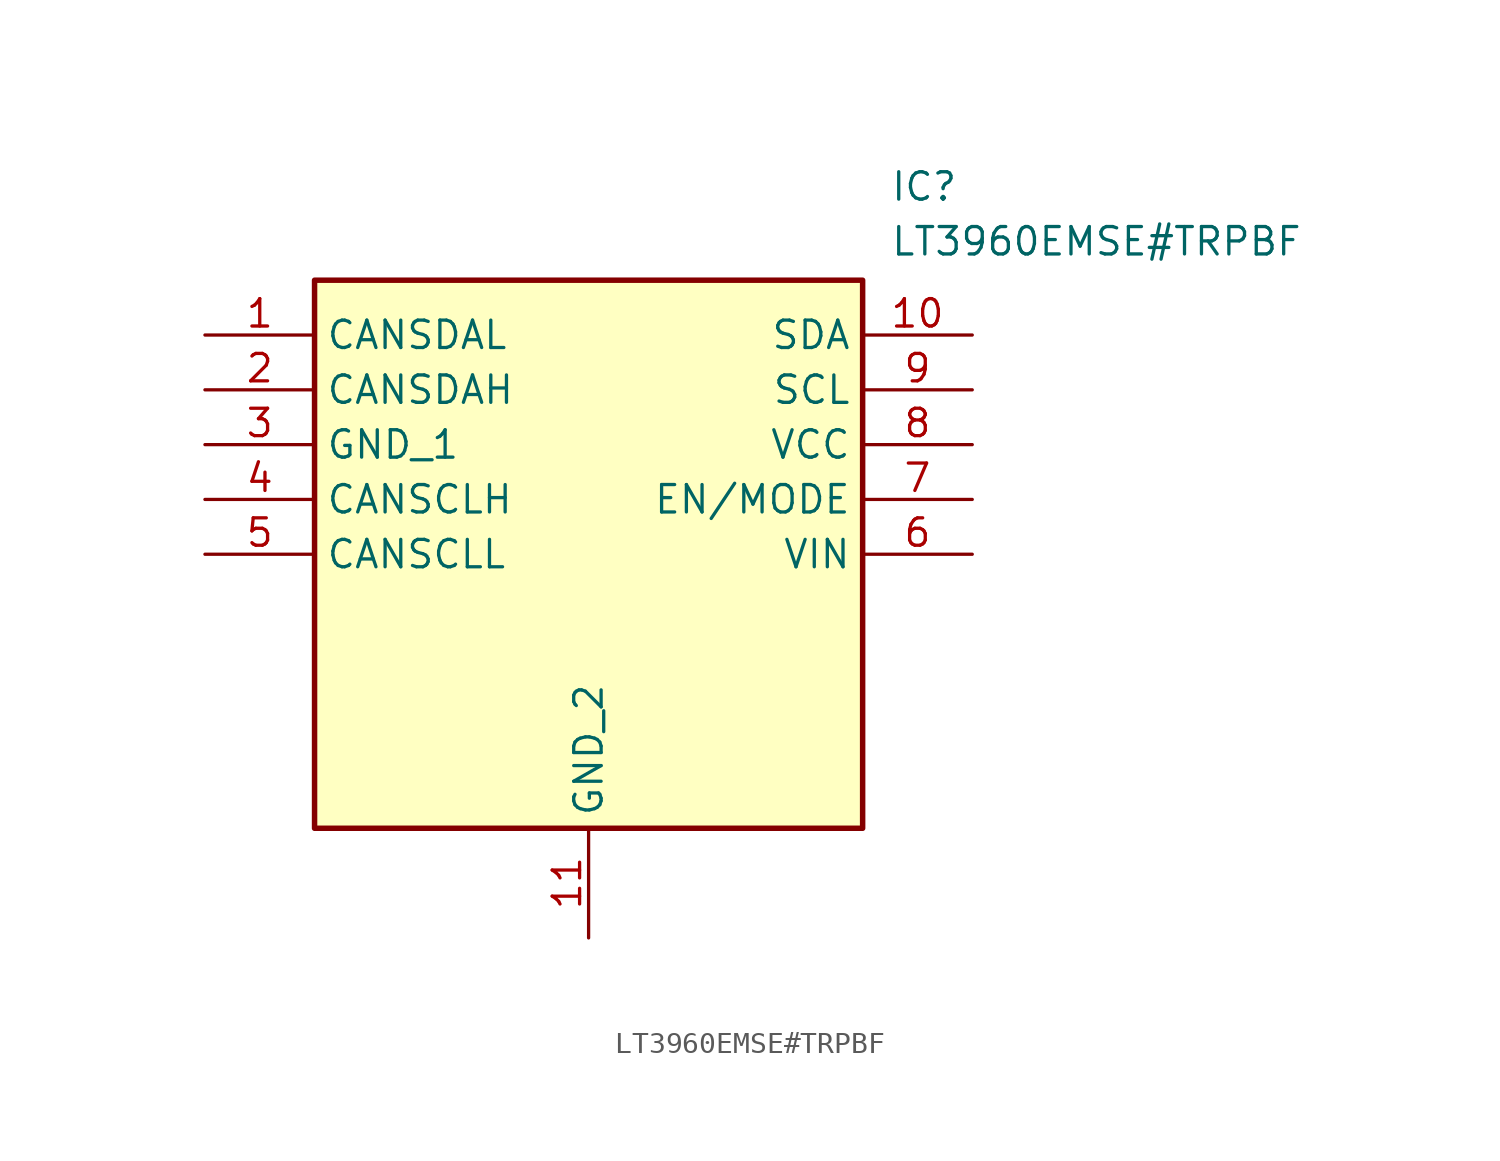
<source format=kicad_sym>
(kicad_symbol_lib
  (version 20211014)
  (generator SamacSys_ECAD_Model)
  (symbol "LT3960EMSE#TRPBF"
    (property "Reference" "IC"
      (at 31.75 7.62 0)
      (effects (font (size 1.27 1.27)) (justify left top)))
    (property "Value" "LT3960EMSE#TRPBF"
      (at 31.75 5.08 0)
      (effects (font (size 1.27 1.27)) (justify left top)))
    (rectangle
      (start 5.08 2.54)
      (end 30.48 -22.86)
      (stroke (width 0.254) (type default))
      (fill (type background)))
    (pin passive line
      (at 0 0 0)
      (length 5.08)
      (name "CANSDAL" (effects (font (size 1.27 1.27))))
      (number "1" (effects (font (size 1.27 1.27)))))
    (pin passive line
      (at 0 -2.54 0)
      (length 5.08)
      (name "CANSDAH" (effects (font (size 1.27 1.27))))
      (number "2" (effects (font (size 1.27 1.27)))))
    (pin passive line
      (at 0 -5.08 0)
      (length 5.08)
      (name "GND_1" (effects (font (size 1.27 1.27))))
      (number "3" (effects (font (size 1.27 1.27)))))
    (pin passive line
      (at 0 -7.62 0)
      (length 5.08)
      (name "CANSCLH" (effects (font (size 1.27 1.27))))
      (number "4" (effects (font (size 1.27 1.27)))))
    (pin passive line
      (at 0 -10.16 0)
      (length 5.08)
      (name "CANSCLL" (effects (font (size 1.27 1.27))))
      (number "5" (effects (font (size 1.27 1.27)))))
    (pin passive line
      (at 17.78 -27.94 90)
      (length 5.08)
      (name "GND_2" (effects (font (size 1.27 1.27))))
      (number "11" (effects (font (size 1.27 1.27)))))
    (pin passive line
      (at 35.56 0 180)
      (length 5.08)
      (name "SDA" (effects (font (size 1.27 1.27))))
      (number "10" (effects (font (size 1.27 1.27)))))
    (pin passive line
      (at 35.56 -2.54 180)
      (length 5.08)
      (name "SCL" (effects (font (size 1.27 1.27))))
      (number "9" (effects (font (size 1.27 1.27)))))
    (pin passive line
      (at 35.56 -5.08 180)
      (length 5.08)
      (name "VCC" (effects (font (size 1.27 1.27))))
      (number "8" (effects (font (size 1.27 1.27)))))
    (pin passive line
      (at 35.56 -7.62 180)
      (length 5.08)
      (name "EN/MODE" (effects (font (size 1.27 1.27))))
      (number "7" (effects (font (size 1.27 1.27)))))
    (pin passive line
      (at 35.56 -10.16 180)
      (length 5.08)
      (name "VIN" (effects (font (size 1.27 1.27))))
      (number "6" (effects (font (size 1.27 1.27)))))))
</source>
